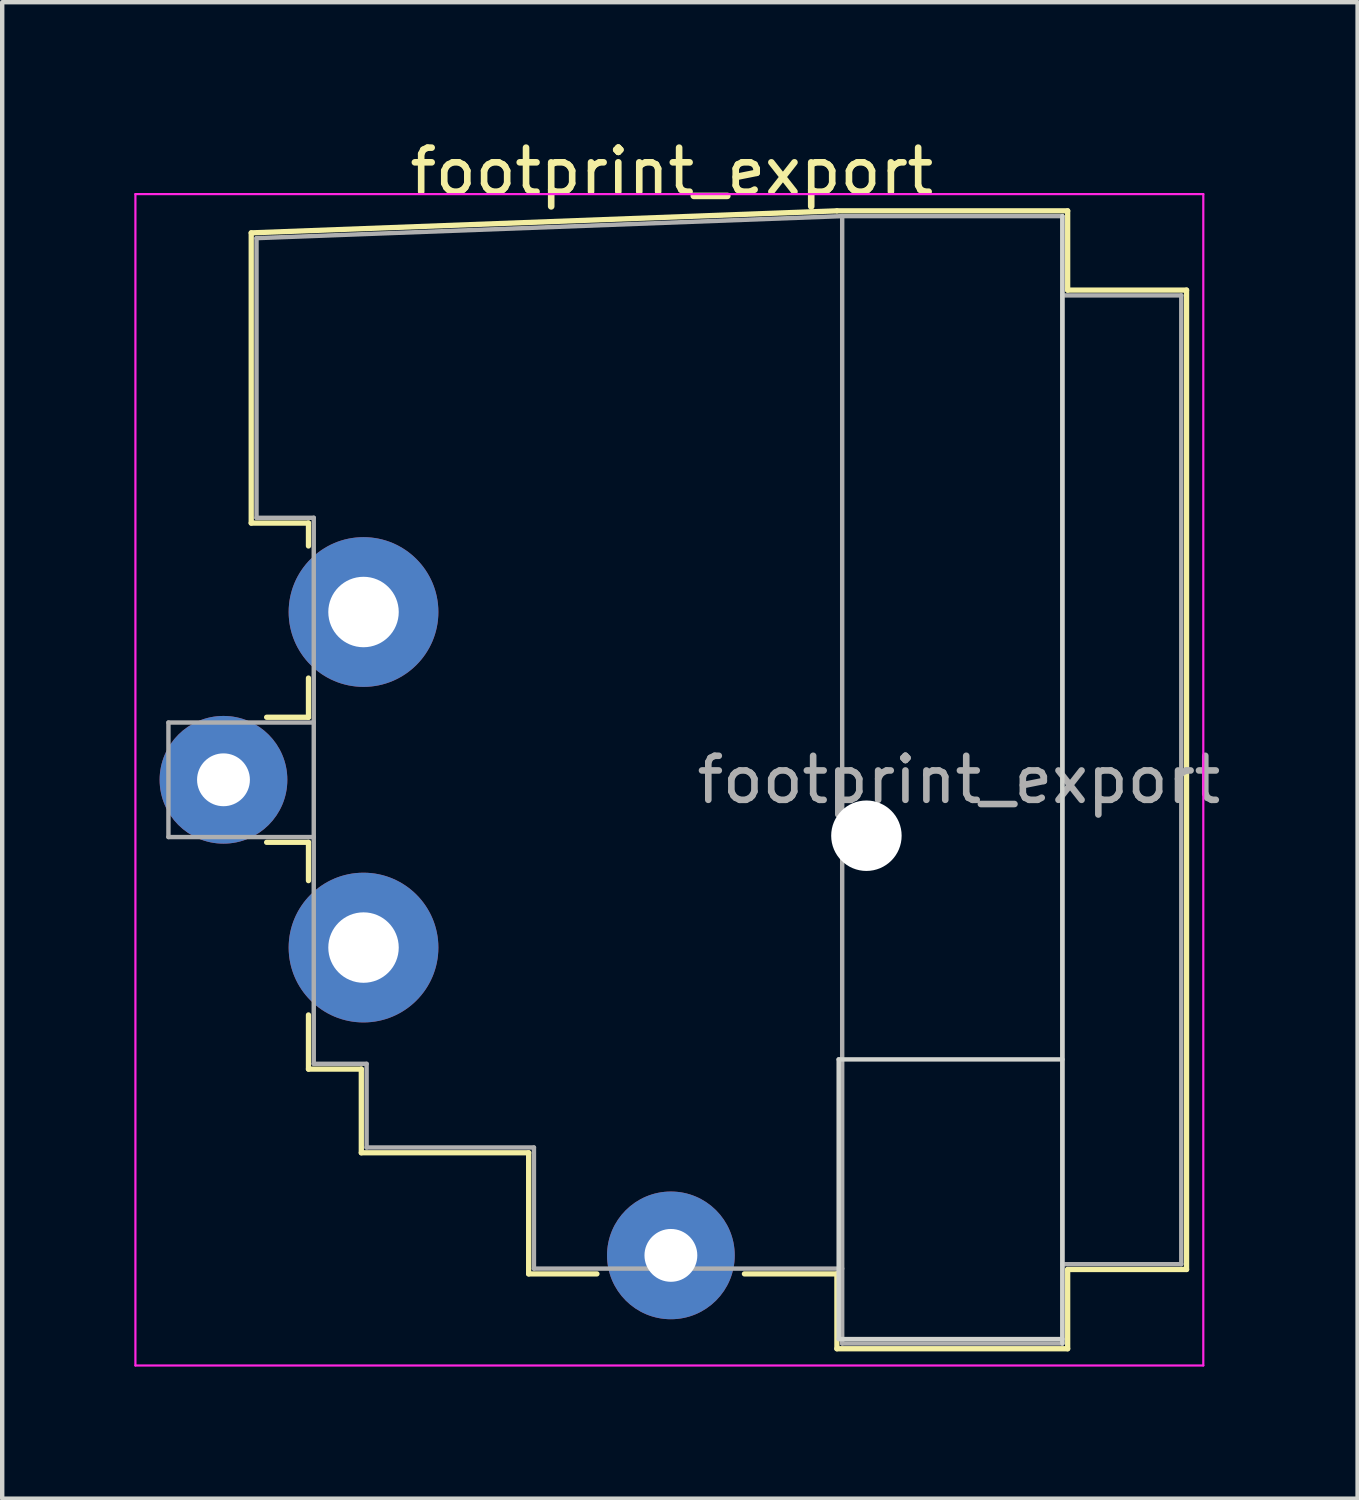
<source format=kicad_pcb>
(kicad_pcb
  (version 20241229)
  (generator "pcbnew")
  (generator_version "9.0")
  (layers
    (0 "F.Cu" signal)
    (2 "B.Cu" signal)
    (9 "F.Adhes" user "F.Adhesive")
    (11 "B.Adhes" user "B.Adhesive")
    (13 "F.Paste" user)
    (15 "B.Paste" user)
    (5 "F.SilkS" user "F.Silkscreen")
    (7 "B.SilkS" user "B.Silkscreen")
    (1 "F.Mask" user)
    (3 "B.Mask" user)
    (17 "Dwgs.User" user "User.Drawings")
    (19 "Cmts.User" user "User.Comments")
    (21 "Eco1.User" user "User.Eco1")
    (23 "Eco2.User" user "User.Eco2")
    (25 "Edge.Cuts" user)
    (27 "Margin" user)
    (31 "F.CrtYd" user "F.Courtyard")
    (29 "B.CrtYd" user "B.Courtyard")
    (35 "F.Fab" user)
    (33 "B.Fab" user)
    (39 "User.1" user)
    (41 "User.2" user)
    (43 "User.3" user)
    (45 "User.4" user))
  (footprint "footprint_export"
    (layer "F.Cu")
    (at 5.205 10.848)
    (property "Reference" "footprint_export" (at 7 -10 0) (layer "F.SilkS") (effects (font (size 1 1) (thickness 0.15))))
    (attr through_hole)
    (fp_line (start -2.55 -8.61) (end -2.55 -2.02) (stroke (width 0.12) (type solid)) (layer "F.SilkS"))
    (fp_line (start -2.55 -2.02) (end -1.25 -2.02) (stroke (width 0.12) (type solid)) (layer "F.SilkS"))
    (fp_line (start -1.25 -2.02) (end -1.25 -1.5) (stroke (width 0.12) (type solid)) (layer "F.SilkS"))
    (fp_line (start -1.25 1.5) (end -1.25 2.39) (stroke (width 0.12) (type solid)) (layer "F.SilkS"))
    (fp_line (start -1.25 2.39) (end -2.2 2.39) (stroke (width 0.12) (type solid)) (layer "F.SilkS"))
    (fp_line (start -1.25 5.23) (end -2.2 5.23) (stroke (width 0.12) (type solid)) (layer "F.SilkS"))
    (fp_line (start -1.25 5.23) (end -1.25 6.1) (stroke (width 0.12) (type solid)) (layer "F.SilkS"))
    (fp_line (start -1.25 9.15) (end -1.25 10.38) (stroke (width 0.12) (type solid)) (layer "F.SilkS"))
    (fp_line (start -0.05 10.38) (end -1.25 10.38) (stroke (width 0.12) (type solid)) (layer "F.SilkS"))
    (fp_line (start -0.05 10.38) (end -0.05 12.28) (stroke (width 0.12) (type solid)) (layer "F.SilkS"))
    (fp_line (start 3.75 12.28) (end -0.05 12.28) (stroke (width 0.12) (type solid)) (layer "F.SilkS"))
    (fp_line (start 3.75 12.28) (end 3.75 15.03) (stroke (width 0.12) (type solid)) (layer "F.SilkS"))
    (fp_line (start 5.3 15.03) (end 3.75 15.03) (stroke (width 0.12) (type solid)) (layer "F.SilkS"))
    (fp_line (start 10.75 -9.11) (end -2.55 -8.61) (stroke (width 0.12) (type solid)) (layer "F.SilkS"))
    (fp_line (start 10.75 15.03) (end 8.65 15.03) (stroke (width 0.12) (type solid)) (layer "F.SilkS"))
    (fp_line (start 10.75 16.73) (end 10.75 15.03) (stroke (width 0.12) (type solid)) (layer "F.SilkS"))
    (fp_line (start 15.99 -9.11) (end 10.75 -9.11) (stroke (width 0.12) (type solid)) (layer "F.SilkS"))
    (fp_line (start 15.99 -9.11) (end 15.99 -7.31) (stroke (width 0.12) (type solid)) (layer "F.SilkS"))
    (fp_line (start 15.99 -7.31) (end 18.69 -7.31) (stroke (width 0.12) (type solid)) (layer "F.SilkS"))
    (fp_line (start 15.99 14.93) (end 15.99 16.73) (stroke (width 0.12) (type solid)) (layer "F.SilkS"))
    (fp_line (start 15.99 14.93) (end 18.69 14.93) (stroke (width 0.12) (type solid)) (layer "F.SilkS"))
    (fp_line (start 15.99 16.73) (end 10.75 16.73) (stroke (width 0.12) (type solid)) (layer "F.SilkS"))
    (fp_line (start 18.69 -7.31) (end 18.69 14.93) (stroke (width 0.12) (type solid)) (layer "F.SilkS"))
    (fp_line (start 10.79 10.16) (end 10.79 16.51) (stroke (width 0.1) (type solid)) (layer "Edge.Cuts"))
    (fp_line (start 10.79 16.51) (end 15.87 16.51) (stroke (width 0.1) (type solid)) (layer "Edge.Cuts"))
    (fp_line (start 15.87 -8.99) (end 15.87 16.61) (stroke (width 0.1) (type solid)) (layer "Edge.Cuts"))
    (fp_line (start 15.87 10.16) (end 10.79 10.16) (stroke (width 0.1) (type solid)) (layer "Edge.Cuts"))
    (fp_line (start -5.18 -9.49) (end -5.18 17.11) (stroke (width 0.05) (type solid)) (layer "F.CrtYd"))
    (fp_line (start 19.07 -9.49) (end -5.18 -9.49) (stroke (width 0.05) (type solid)) (layer "F.CrtYd"))
    (fp_line (start 19.07 -9.49) (end 19.07 17.11) (stroke (width 0.05) (type solid)) (layer "F.CrtYd"))
    (fp_line (start 19.07 17.11) (end -5.18 17.11) (stroke (width 0.05) (type solid)) (layer "F.CrtYd"))
    (fp_line (start -4.43 2.51) (end -4.43 5.11) (stroke (width 0.1) (type solid)) (layer "F.Fab"))
    (fp_line (start -4.43 2.51) (end -1.13 2.51) (stroke (width 0.1) (type solid)) (layer "F.Fab"))
    (fp_line (start -4.43 5.11) (end -1.13 5.11) (stroke (width 0.1) (type solid)) (layer "F.Fab"))
    (fp_line (start -2.43 -8.49) (end -2.43 -2.14) (stroke (width 0.1) (type solid)) (layer "F.Fab"))
    (fp_line (start -2.43 -8.49) (end 10.87 -8.99) (stroke (width 0.1) (type solid)) (layer "F.Fab"))
    (fp_line (start -1.13 -2.14) (end -2.43 -2.14) (stroke (width 0.1) (type solid)) (layer "F.Fab"))
    (fp_line (start -1.13 -2.14) (end -1.13 10.26) (stroke (width 0.1) (type solid)) (layer "F.Fab"))
    (fp_line (start -1.13 10.26) (end 0.07 10.26) (stroke (width 0.1) (type solid)) (layer "F.Fab"))
    (fp_line (start 0.07 10.26) (end 0.07 12.16) (stroke (width 0.1) (type solid)) (layer "F.Fab"))
    (fp_line (start 0.07 12.16) (end 3.87 12.16) (stroke (width 0.1) (type solid)) (layer "F.Fab"))
    (fp_line (start 3.87 12.16) (end 3.87 14.91) (stroke (width 0.1) (type solid)) (layer "F.Fab"))
    (fp_line (start 3.87 14.91) (end 10.87 14.91) (stroke (width 0.1) (type solid)) (layer "F.Fab"))
    (fp_line (start 10.87 -8.99) (end 15.87 -8.99) (stroke (width 0.1) (type solid)) (layer "F.Fab"))
    (fp_line (start 10.87 16.61) (end 10.87 -8.99) (stroke (width 0.1) (type solid)) (layer "F.Fab"))
    (fp_line (start 15.87 -8.99) (end 15.87 16.61) (stroke (width 0.1) (type solid)) (layer "F.Fab"))
    (fp_line (start 15.87 -7.19) (end 18.57 -7.19) (stroke (width 0.1) (type solid)) (layer "F.Fab"))
    (fp_line (start 15.87 16.61) (end 10.87 16.61) (stroke (width 0.1) (type solid)) (layer "F.Fab"))
    (fp_line (start 18.57 -7.19) (end 18.57 14.81) (stroke (width 0.1) (type solid)) (layer "F.Fab"))
    (fp_line (start 18.57 14.81) (end 15.87 14.81) (stroke (width 0.1) (type solid)) (layer "F.Fab"))
    (fp_text user "${REFERENCE}" (at 13.52 3.81 0) (layer "F.Fab") (effects (font (size 1 1) (thickness 0.15))))
    (pad "" np_thru_hole circle (at 11.42 5.08) (size 1.6 1.6) (drill 1.6) (layers "*.Cu" "*.Mask"))
    (pad "1" thru_hole circle (at 0 0) (size 3.4 3.4) (drill 1.6) (layers "*.Cu" "*.Mask"))
    (pad "2" thru_hole circle (at -3.18 3.81) (size 2.9 2.9) (drill 1.2) (layers "*.Cu" "*.Mask"))
    (pad "3" thru_hole circle (at 0 7.62) (size 3.4 3.4) (drill 1.6) (layers "*.Cu" "*.Mask"))
    (pad "G" thru_hole circle (at 6.98 14.61) (size 2.9 2.9) (drill 1.2) (layers "*.Cu" "*.Mask")))
  (gr_rect
    (start -3 -3)
    (end 27.779 30.983)
    (stroke (width 0.1) (type default))
    (fill no)
    (layer "Edge.Cuts")))
</source>
